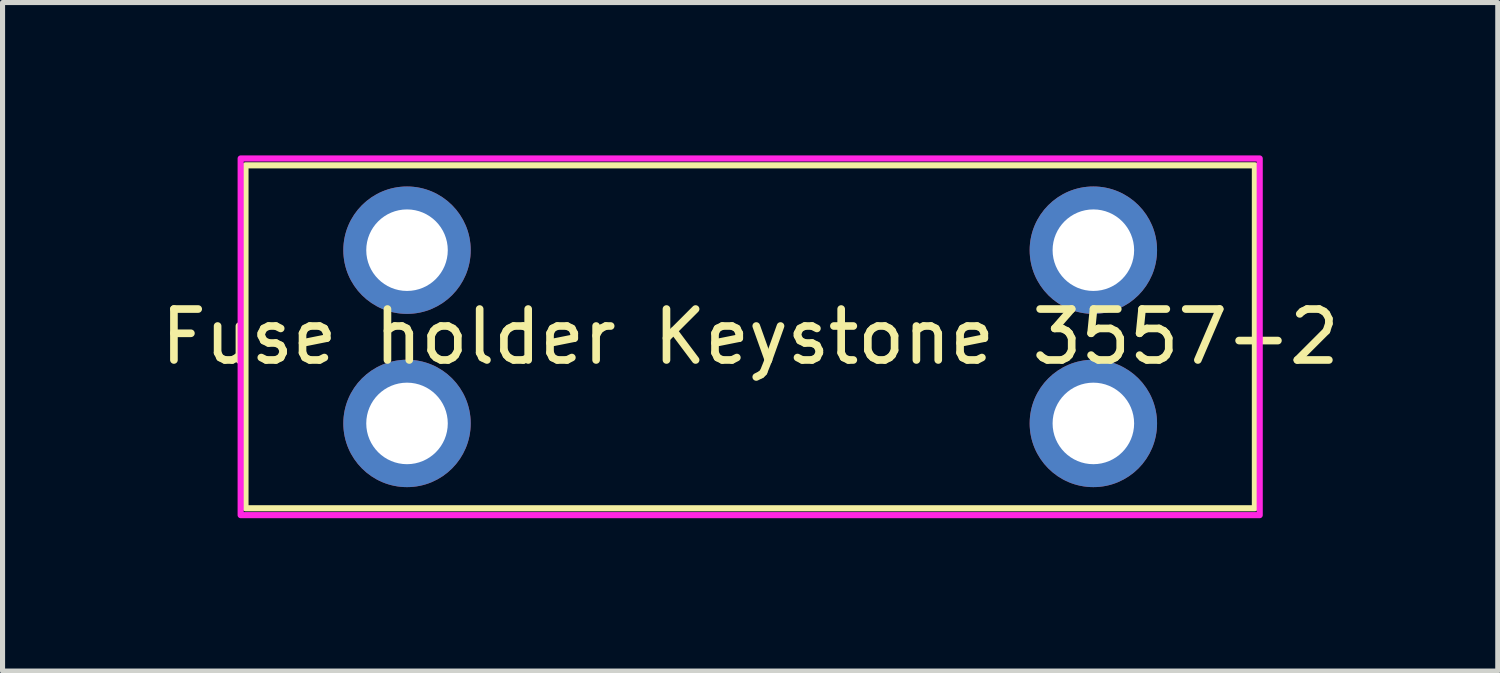
<source format=kicad_pcb>
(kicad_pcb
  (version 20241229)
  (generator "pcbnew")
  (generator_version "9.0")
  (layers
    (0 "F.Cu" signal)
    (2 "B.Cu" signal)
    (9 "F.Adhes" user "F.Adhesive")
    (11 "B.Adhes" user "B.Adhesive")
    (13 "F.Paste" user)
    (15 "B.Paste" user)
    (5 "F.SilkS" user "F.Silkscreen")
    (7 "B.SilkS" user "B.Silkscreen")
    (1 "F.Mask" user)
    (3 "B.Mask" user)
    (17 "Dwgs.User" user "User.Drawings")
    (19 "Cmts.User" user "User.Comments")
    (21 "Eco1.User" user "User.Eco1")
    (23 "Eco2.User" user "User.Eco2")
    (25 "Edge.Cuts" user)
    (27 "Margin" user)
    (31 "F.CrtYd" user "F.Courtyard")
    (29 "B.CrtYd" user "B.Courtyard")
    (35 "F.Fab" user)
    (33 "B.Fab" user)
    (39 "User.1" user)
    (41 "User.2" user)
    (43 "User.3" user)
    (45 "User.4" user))
  (footprint "Fuse holder Keystone 3557-2"
    (layer "F.Cu")
    (at 11.673 3.56)
    (property "Reference" "Fuse holder Keystone 3557-2" (at 0 0 0) (unlocked yes) (layer "F.SilkS") (effects (font (size 1 1) (thickness 0.15))))
    (attr through_hole)
    (fp_rect (start -9.905 -3.365) (end 9.905 3.365) (stroke (width 0.12) (type solid)) (fill no) (layer "F.SilkS"))
    (fp_rect (start -10 -3.5) (end 10 3.5) (stroke (width 0.12) (type solid)) (fill no) (layer "F.CrtYd"))
    (pad "1" thru_hole circle (at -6.735 -1.7) (size 2.5 2.5) (drill 1.6) (layers "*.Cu" "*.Mask"))
    (pad "1" thru_hole circle (at -6.735 1.7) (size 2.5 2.5) (drill 1.6) (layers "*.Cu" "*.Mask"))
    (pad "2" thru_hole circle (at 6.735 -1.7) (size 2.5 2.5) (drill 1.6) (layers "*.Cu" "*.Mask"))
    (pad "2" thru_hole circle (at 6.735 1.7) (size 2.5 2.5) (drill 1.6) (layers "*.Cu" "*.Mask")))
  (gr_rect
    (start -3 -3)
    (end 26.345 10.12)
    (stroke (width 0.1) (type default))
    (fill no)
    (layer "Edge.Cuts")))
</source>
